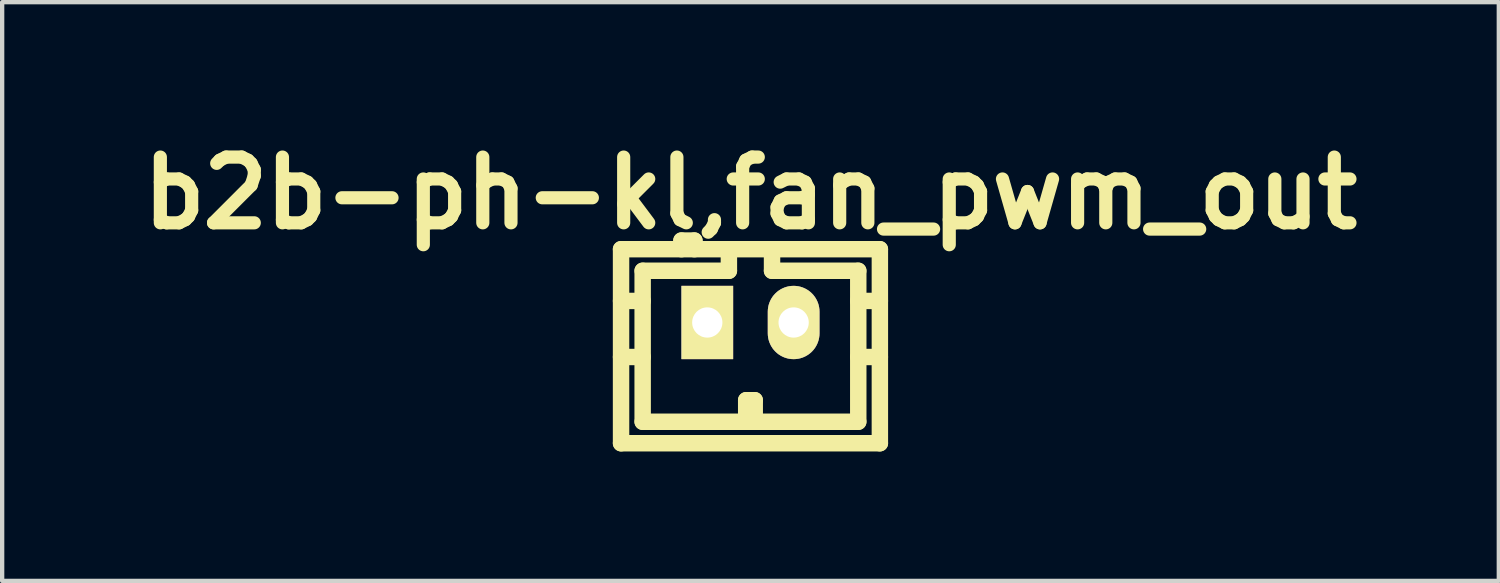
<source format=kicad_pcb>
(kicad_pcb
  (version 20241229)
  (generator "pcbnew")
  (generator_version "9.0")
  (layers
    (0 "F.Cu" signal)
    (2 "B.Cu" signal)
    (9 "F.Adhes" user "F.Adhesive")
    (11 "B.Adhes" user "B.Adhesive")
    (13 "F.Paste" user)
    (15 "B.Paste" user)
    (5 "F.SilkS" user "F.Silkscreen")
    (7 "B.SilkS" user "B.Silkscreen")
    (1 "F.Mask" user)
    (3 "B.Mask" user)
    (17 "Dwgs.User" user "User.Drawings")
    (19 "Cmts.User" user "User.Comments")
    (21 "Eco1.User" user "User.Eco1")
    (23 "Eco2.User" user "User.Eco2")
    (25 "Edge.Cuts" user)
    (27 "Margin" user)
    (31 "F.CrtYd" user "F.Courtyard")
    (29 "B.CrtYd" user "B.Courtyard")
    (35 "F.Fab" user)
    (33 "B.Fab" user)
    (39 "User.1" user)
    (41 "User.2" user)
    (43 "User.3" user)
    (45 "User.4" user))
  (footprint "b2b-ph-kl,fan_pwm_out"
    (layer "F.Cu")
    (at 14.347 4.426)
    (property "Reference" "b2b-ph-kl,fan_pwm_out" (at 0 -3 0) (layer "F.SilkS") (effects (font (size 1.524 1.524) (thickness 0.305))))
    (attr through_hole)
    (fp_line (start -3 -1.699) (end -3 2.799) (stroke (width 0.381) (type solid)) (layer "F.SilkS"))
    (fp_line (start -3 2.799) (end 3 2.799) (stroke (width 0.381) (type solid)) (layer "F.SilkS"))
    (fp_line (start -2.499 -1.199) (end -2.499 2.301) (stroke (width 0.381) (type solid)) (layer "F.SilkS"))
    (fp_line (start -2.499 -0.5) (end -3 -0.5) (stroke (width 0.381) (type solid)) (layer "F.SilkS"))
    (fp_line (start -2.499 0.8) (end -3 0.8) (stroke (width 0.381) (type solid)) (layer "F.SilkS"))
    (fp_line (start -2.499 2.301) (end 2.499 2.301) (stroke (width 0.381) (type solid)) (layer "F.SilkS"))
    (fp_line (start -1.6 -1.9) (end -1.6 -1.699) (stroke (width 0.381) (type solid)) (layer "F.SilkS"))
    (fp_line (start -1.3 -1.9) (end -1.6 -1.9) (stroke (width 0.381) (type solid)) (layer "F.SilkS"))
    (fp_line (start -1.3 -1.699) (end -1.3 -1.9) (stroke (width 0.381) (type solid)) (layer "F.SilkS"))
    (fp_line (start -0.5 -1.699) (end -0.5 -1.199) (stroke (width 0.381) (type solid)) (layer "F.SilkS"))
    (fp_line (start -0.5 -1.199) (end -2.499 -1.199) (stroke (width 0.381) (type solid)) (layer "F.SilkS"))
    (fp_line (start -0.099 1.801) (end 0.099 1.801) (stroke (width 0.381) (type solid)) (layer "F.SilkS"))
    (fp_line (start -0.099 2.301) (end -0.099 1.801) (stroke (width 0.381) (type solid)) (layer "F.SilkS"))
    (fp_line (start 0.099 1.801) (end 0.099 2.301) (stroke (width 0.381) (type solid)) (layer "F.SilkS"))
    (fp_line (start 0.5 -1.199) (end 0.5 -1.699) (stroke (width 0.381) (type solid)) (layer "F.SilkS"))
    (fp_line (start 2.499 -1.199) (end 0.5 -1.199) (stroke (width 0.381) (type solid)) (layer "F.SilkS"))
    (fp_line (start 2.499 0.8) (end 3 0.8) (stroke (width 0.381) (type solid)) (layer "F.SilkS"))
    (fp_line (start 2.499 2.301) (end 2.499 -1.199) (stroke (width 0.381) (type solid)) (layer "F.SilkS"))
    (fp_line (start 3 -1.699) (end -3 -1.699) (stroke (width 0.381) (type solid)) (layer "F.SilkS"))
    (fp_line (start 3 -1.699) (end 3 2.799) (stroke (width 0.381) (type solid)) (layer "F.SilkS"))
    (fp_line (start 3 -0.5) (end 2.499 -0.5) (stroke (width 0.381) (type solid)) (layer "F.SilkS"))
    (pad "1" thru_hole rect (at -1.001 0) (size 1.199 1.699) (drill 0.701) (layers "*.Cu" "*.Mask" "F.SilkS"))
    (pad "2" thru_hole oval (at 1.001 0) (size 1.199 1.699) (drill 0.701) (layers "*.Cu" "*.Mask" "F.SilkS")))
  (gr_rect
    (start -3 -3)
    (end 31.695 10.416)
    (stroke (width 0.1) (type default))
    (fill no)
    (layer "Edge.Cuts")))
</source>
